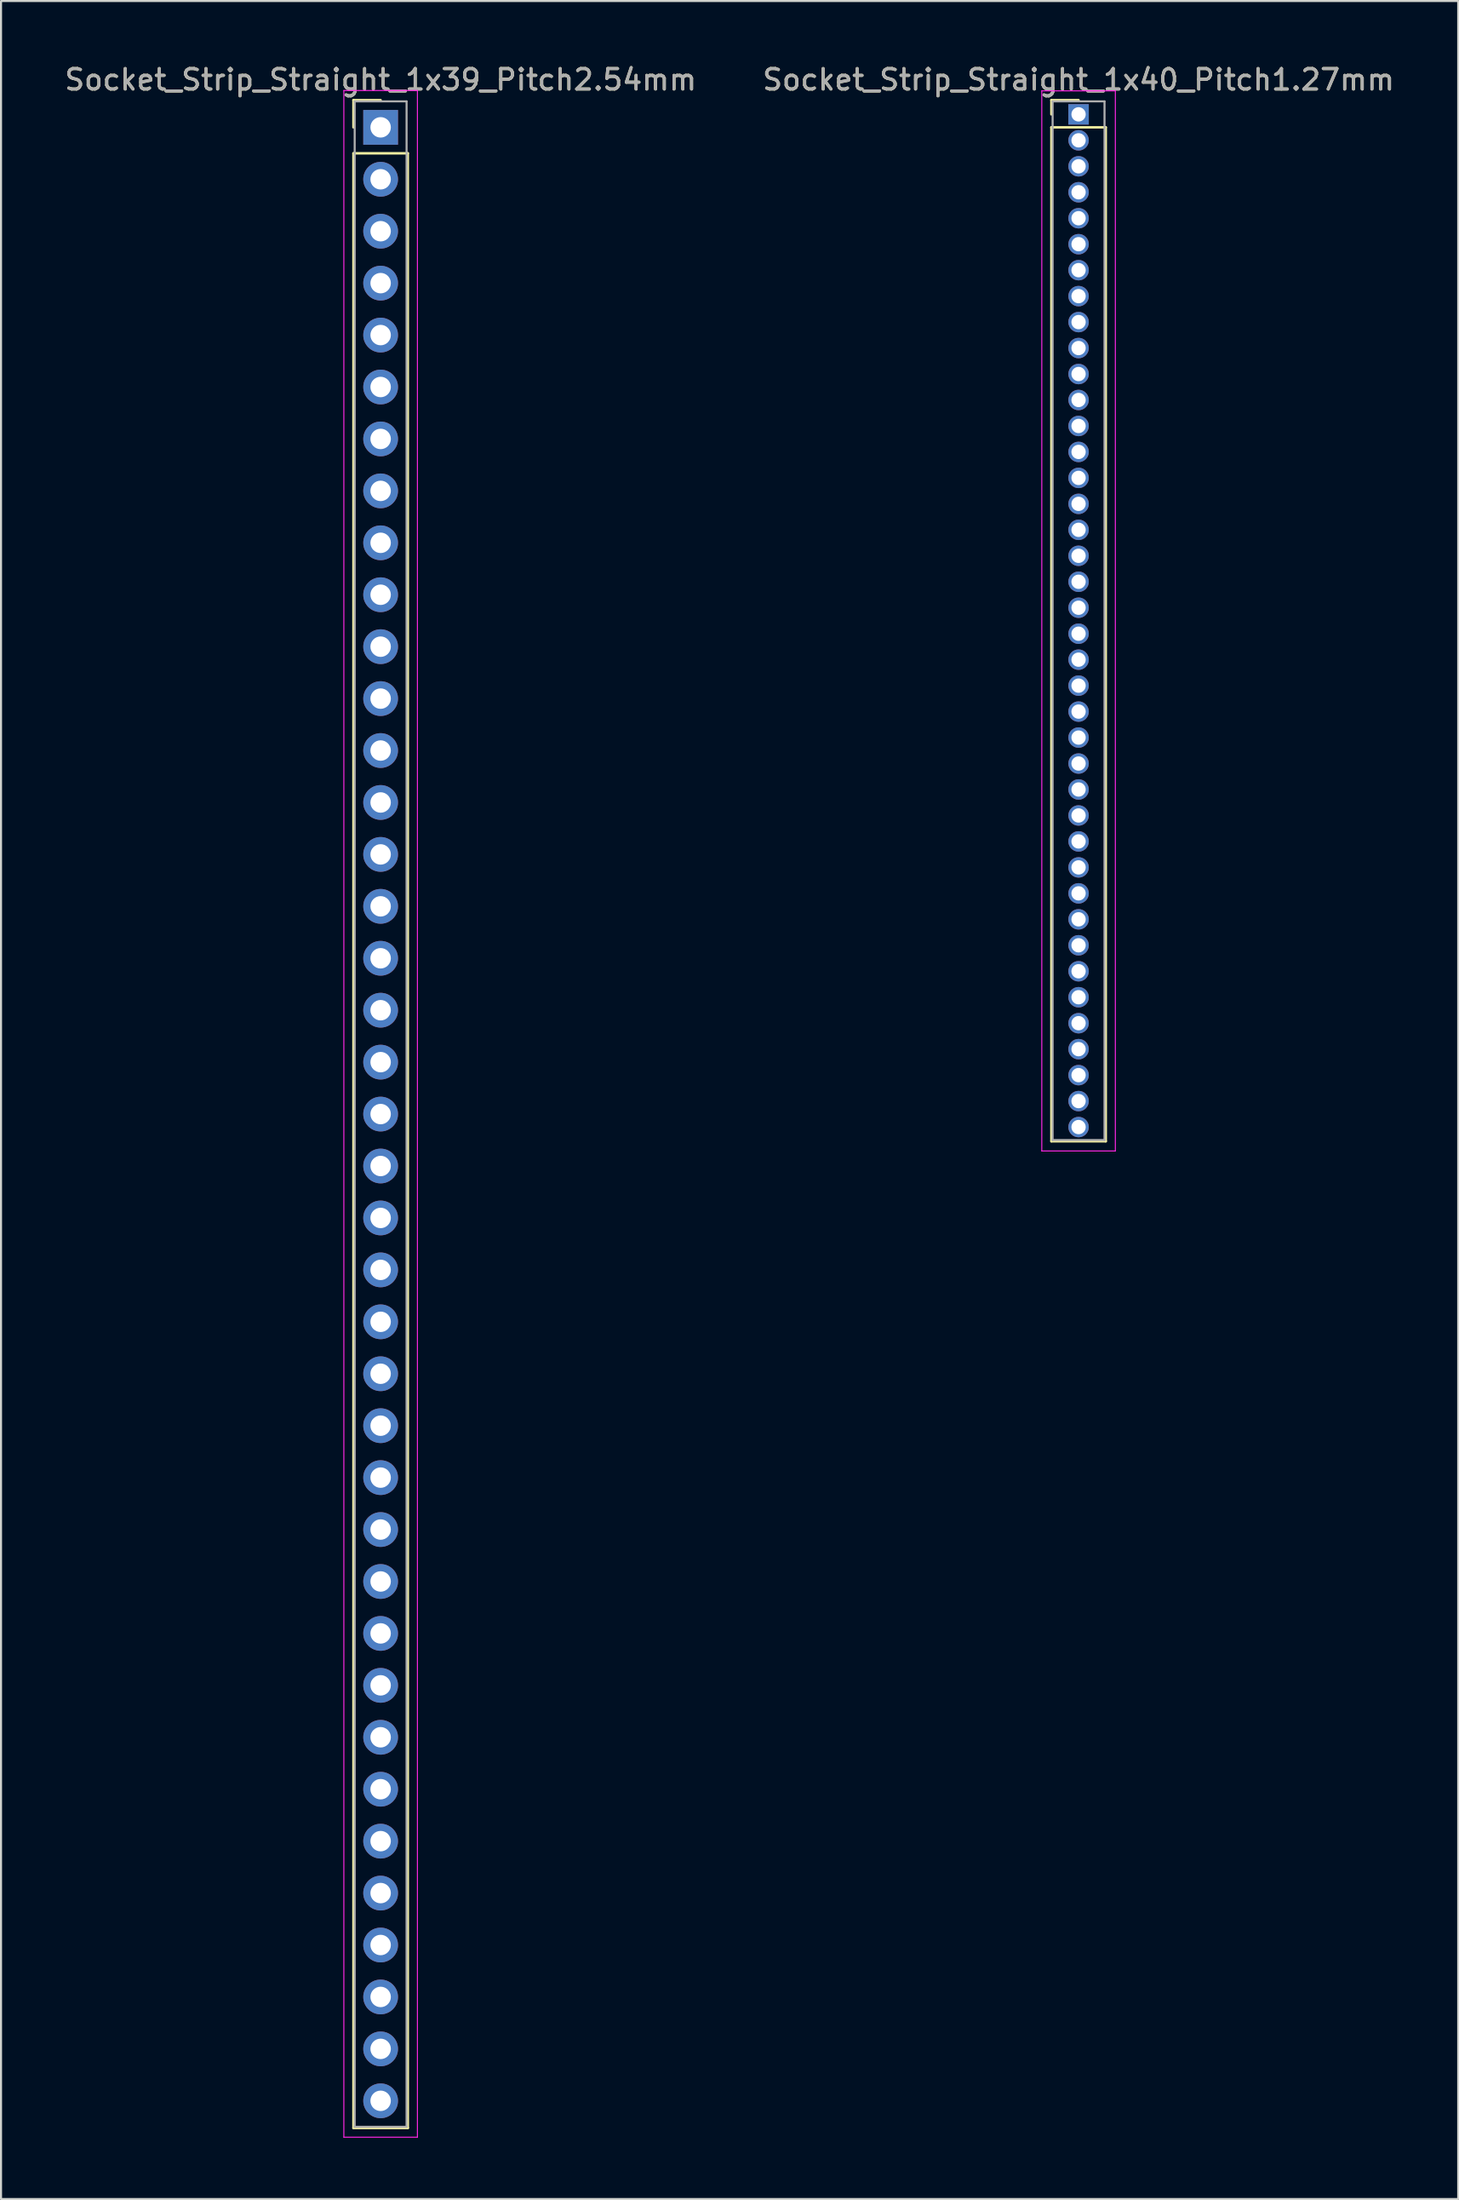
<source format=kicad_pcb>
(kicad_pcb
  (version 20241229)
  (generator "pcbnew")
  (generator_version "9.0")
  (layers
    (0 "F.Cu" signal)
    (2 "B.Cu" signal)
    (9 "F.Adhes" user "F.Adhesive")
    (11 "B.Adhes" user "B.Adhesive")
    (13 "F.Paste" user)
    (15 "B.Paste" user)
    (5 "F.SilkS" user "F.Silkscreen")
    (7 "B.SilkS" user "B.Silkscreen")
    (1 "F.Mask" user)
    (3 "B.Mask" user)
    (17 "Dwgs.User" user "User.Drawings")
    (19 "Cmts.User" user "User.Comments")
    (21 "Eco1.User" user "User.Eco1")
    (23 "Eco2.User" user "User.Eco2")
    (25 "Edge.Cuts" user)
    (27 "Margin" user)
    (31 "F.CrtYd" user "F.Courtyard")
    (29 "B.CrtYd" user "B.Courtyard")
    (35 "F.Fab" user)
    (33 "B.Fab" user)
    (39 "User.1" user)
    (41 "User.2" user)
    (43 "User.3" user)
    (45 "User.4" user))
  (footprint "Socket_Strip_Straight_1x39_Pitch2.54mm"
    (layer "F.Cu")
    (at 15.577 3.178)
    (property "Reference" "Socket_Strip_Straight_1x39_Pitch2.54mm" (at 0 -2.33 0) (layer "F.SilkS") (effects (font (size 1 1) (thickness 0.15))))
    (attr through_hole)
    (fp_line (start -1.33 -1.33) (end 0 -1.33) (stroke (width 0.12) (type solid)) (layer "F.SilkS"))
    (fp_line (start -1.33 0) (end -1.33 -1.33) (stroke (width 0.12) (type solid)) (layer "F.SilkS"))
    (fp_line (start -1.33 1.27) (end -1.33 97.85) (stroke (width 0.12) (type solid)) (layer "F.SilkS"))
    (fp_line (start -1.33 97.85) (end 1.33 97.85) (stroke (width 0.12) (type solid)) (layer "F.SilkS"))
    (fp_line (start 1.33 1.27) (end -1.33 1.27) (stroke (width 0.12) (type solid)) (layer "F.SilkS"))
    (fp_line (start 1.33 97.85) (end 1.33 1.27) (stroke (width 0.12) (type solid)) (layer "F.SilkS"))
    (fp_line (start -1.8 -1.8) (end -1.8 98.3) (stroke (width 0.05) (type solid)) (layer "F.CrtYd"))
    (fp_line (start -1.8 98.3) (end 1.8 98.3) (stroke (width 0.05) (type solid)) (layer "F.CrtYd"))
    (fp_line (start 1.8 -1.8) (end -1.8 -1.8) (stroke (width 0.05) (type solid)) (layer "F.CrtYd"))
    (fp_line (start 1.8 98.3) (end 1.8 -1.8) (stroke (width 0.05) (type solid)) (layer "F.CrtYd"))
    (fp_line (start -1.27 -1.27) (end -1.27 97.79) (stroke (width 0.1) (type solid)) (layer "F.Fab"))
    (fp_line (start -1.27 97.79) (end 1.27 97.79) (stroke (width 0.1) (type solid)) (layer "F.Fab"))
    (fp_line (start 1.27 -1.27) (end -1.27 -1.27) (stroke (width 0.1) (type solid)) (layer "F.Fab"))
    (fp_line (start 1.27 97.79) (end 1.27 -1.27) (stroke (width 0.1) (type solid)) (layer "F.Fab"))
    (fp_text user "${REFERENCE}" (at 0 -2.33 0) (layer "F.Fab") (effects (font (size 1 1) (thickness 0.15))))
    (pad "1" thru_hole rect (at 0 0) (size 1.7 1.7) (drill 1) (layers "*.Cu" "*.Mask"))
    (pad "2" thru_hole oval (at 0 2.54) (size 1.7 1.7) (drill 1) (layers "*.Cu" "*.Mask"))
    (pad "3" thru_hole oval (at 0 5.08) (size 1.7 1.7) (drill 1) (layers "*.Cu" "*.Mask"))
    (pad "4" thru_hole oval (at 0 7.62) (size 1.7 1.7) (drill 1) (layers "*.Cu" "*.Mask"))
    (pad "5" thru_hole oval (at 0 10.16) (size 1.7 1.7) (drill 1) (layers "*.Cu" "*.Mask"))
    (pad "6" thru_hole oval (at 0 12.7) (size 1.7 1.7) (drill 1) (layers "*.Cu" "*.Mask"))
    (pad "7" thru_hole oval (at 0 15.24) (size 1.7 1.7) (drill 1) (layers "*.Cu" "*.Mask"))
    (pad "8" thru_hole oval (at 0 17.78) (size 1.7 1.7) (drill 1) (layers "*.Cu" "*.Mask"))
    (pad "9" thru_hole oval (at 0 20.32) (size 1.7 1.7) (drill 1) (layers "*.Cu" "*.Mask"))
    (pad "10" thru_hole oval (at 0 22.86) (size 1.7 1.7) (drill 1) (layers "*.Cu" "*.Mask"))
    (pad "11" thru_hole oval (at 0 25.4) (size 1.7 1.7) (drill 1) (layers "*.Cu" "*.Mask"))
    (pad "12" thru_hole oval (at 0 27.94) (size 1.7 1.7) (drill 1) (layers "*.Cu" "*.Mask"))
    (pad "13" thru_hole oval (at 0 30.48) (size 1.7 1.7) (drill 1) (layers "*.Cu" "*.Mask"))
    (pad "14" thru_hole oval (at 0 33.02) (size 1.7 1.7) (drill 1) (layers "*.Cu" "*.Mask"))
    (pad "15" thru_hole oval (at 0 35.56) (size 1.7 1.7) (drill 1) (layers "*.Cu" "*.Mask"))
    (pad "16" thru_hole oval (at 0 38.1) (size 1.7 1.7) (drill 1) (layers "*.Cu" "*.Mask"))
    (pad "17" thru_hole oval (at 0 40.64) (size 1.7 1.7) (drill 1) (layers "*.Cu" "*.Mask"))
    (pad "18" thru_hole oval (at 0 43.18) (size 1.7 1.7) (drill 1) (layers "*.Cu" "*.Mask"))
    (pad "19" thru_hole oval (at 0 45.72) (size 1.7 1.7) (drill 1) (layers "*.Cu" "*.Mask"))
    (pad "20" thru_hole oval (at 0 48.26) (size 1.7 1.7) (drill 1) (layers "*.Cu" "*.Mask"))
    (pad "21" thru_hole oval (at 0 50.8) (size 1.7 1.7) (drill 1) (layers "*.Cu" "*.Mask"))
    (pad "22" thru_hole oval (at 0 53.34) (size 1.7 1.7) (drill 1) (layers "*.Cu" "*.Mask"))
    (pad "23" thru_hole oval (at 0 55.88) (size 1.7 1.7) (drill 1) (layers "*.Cu" "*.Mask"))
    (pad "24" thru_hole oval (at 0 58.42) (size 1.7 1.7) (drill 1) (layers "*.Cu" "*.Mask"))
    (pad "25" thru_hole oval (at 0 60.96) (size 1.7 1.7) (drill 1) (layers "*.Cu" "*.Mask"))
    (pad "26" thru_hole oval (at 0 63.5) (size 1.7 1.7) (drill 1) (layers "*.Cu" "*.Mask"))
    (pad "27" thru_hole oval (at 0 66.04) (size 1.7 1.7) (drill 1) (layers "*.Cu" "*.Mask"))
    (pad "28" thru_hole oval (at 0 68.58) (size 1.7 1.7) (drill 1) (layers "*.Cu" "*.Mask"))
    (pad "29" thru_hole oval (at 0 71.12) (size 1.7 1.7) (drill 1) (layers "*.Cu" "*.Mask"))
    (pad "30" thru_hole oval (at 0 73.66) (size 1.7 1.7) (drill 1) (layers "*.Cu" "*.Mask"))
    (pad "31" thru_hole oval (at 0 76.2) (size 1.7 1.7) (drill 1) (layers "*.Cu" "*.Mask"))
    (pad "32" thru_hole oval (at 0 78.74) (size 1.7 1.7) (drill 1) (layers "*.Cu" "*.Mask"))
    (pad "33" thru_hole oval (at 0 81.28) (size 1.7 1.7) (drill 1) (layers "*.Cu" "*.Mask"))
    (pad "34" thru_hole oval (at 0 83.82) (size 1.7 1.7) (drill 1) (layers "*.Cu" "*.Mask"))
    (pad "35" thru_hole oval (at 0 86.36) (size 1.7 1.7) (drill 1) (layers "*.Cu" "*.Mask"))
    (pad "36" thru_hole oval (at 0 88.9) (size 1.7 1.7) (drill 1) (layers "*.Cu" "*.Mask"))
    (pad "37" thru_hole oval (at 0 91.44) (size 1.7 1.7) (drill 1) (layers "*.Cu" "*.Mask"))
    (pad "38" thru_hole oval (at 0 93.98) (size 1.7 1.7) (drill 1) (layers "*.Cu" "*.Mask"))
    (pad "39" thru_hole oval (at 0 96.52) (size 1.7 1.7) (drill 1) (layers "*.Cu" "*.Mask")))
  (footprint "Socket_Strip_Straight_1x40_Pitch1.27mm"
    (layer "F.Cu")
    (at 49.732 2.543)
    (property "Reference" "Socket_Strip_Straight_1x40_Pitch1.27mm" (at 0 -1.695 0) (layer "F.SilkS") (effects (font (size 1 1) (thickness 0.15))))
    (attr through_hole)
    (fp_line (start -1.33 -0.695) (end 0 -0.695) (stroke (width 0.12) (type solid)) (layer "F.SilkS"))
    (fp_line (start -1.33 0) (end -1.33 -0.695) (stroke (width 0.12) (type solid)) (layer "F.SilkS"))
    (fp_line (start -1.33 0.635) (end -1.33 50.225) (stroke (width 0.12) (type solid)) (layer "F.SilkS"))
    (fp_line (start -1.33 50.225) (end 1.33 50.225) (stroke (width 0.12) (type solid)) (layer "F.SilkS"))
    (fp_line (start 1.33 0.635) (end -1.33 0.635) (stroke (width 0.12) (type solid)) (layer "F.SilkS"))
    (fp_line (start 1.33 50.225) (end 1.33 0.635) (stroke (width 0.12) (type solid)) (layer "F.SilkS"))
    (fp_line (start -1.8 -1.15) (end -1.8 50.7) (stroke (width 0.05) (type solid)) (layer "F.CrtYd"))
    (fp_line (start -1.8 50.7) (end 1.8 50.7) (stroke (width 0.05) (type solid)) (layer "F.CrtYd"))
    (fp_line (start 1.8 -1.15) (end -1.8 -1.15) (stroke (width 0.05) (type solid)) (layer "F.CrtYd"))
    (fp_line (start 1.8 50.7) (end 1.8 -1.15) (stroke (width 0.05) (type solid)) (layer "F.CrtYd"))
    (fp_line (start -1.27 -0.635) (end -1.27 50.165) (stroke (width 0.1) (type solid)) (layer "F.Fab"))
    (fp_line (start -1.27 50.165) (end 1.27 50.165) (stroke (width 0.1) (type solid)) (layer "F.Fab"))
    (fp_line (start 1.27 -0.635) (end -1.27 -0.635) (stroke (width 0.1) (type solid)) (layer "F.Fab"))
    (fp_line (start 1.27 50.165) (end 1.27 -0.635) (stroke (width 0.1) (type solid)) (layer "F.Fab"))
    (fp_text user "${REFERENCE}" (at 0 -1.695 0) (layer "F.Fab") (effects (font (size 1 1) (thickness 0.15))))
    (pad "1" thru_hole rect (at 0 0) (size 1 1) (drill 0.7) (layers "*.Cu" "*.Mask"))
    (pad "2" thru_hole oval (at 0 1.27) (size 1 1) (drill 0.7) (layers "*.Cu" "*.Mask"))
    (pad "3" thru_hole oval (at 0 2.54) (size 1 1) (drill 0.7) (layers "*.Cu" "*.Mask"))
    (pad "4" thru_hole oval (at 0 3.81) (size 1 1) (drill 0.7) (layers "*.Cu" "*.Mask"))
    (pad "5" thru_hole oval (at 0 5.08) (size 1 1) (drill 0.7) (layers "*.Cu" "*.Mask"))
    (pad "6" thru_hole oval (at 0 6.35) (size 1 1) (drill 0.7) (layers "*.Cu" "*.Mask"))
    (pad "7" thru_hole oval (at 0 7.62) (size 1 1) (drill 0.7) (layers "*.Cu" "*.Mask"))
    (pad "8" thru_hole oval (at 0 8.89) (size 1 1) (drill 0.7) (layers "*.Cu" "*.Mask"))
    (pad "9" thru_hole oval (at 0 10.16) (size 1 1) (drill 0.7) (layers "*.Cu" "*.Mask"))
    (pad "10" thru_hole oval (at 0 11.43) (size 1 1) (drill 0.7) (layers "*.Cu" "*.Mask"))
    (pad "11" thru_hole oval (at 0 12.7) (size 1 1) (drill 0.7) (layers "*.Cu" "*.Mask"))
    (pad "12" thru_hole oval (at 0 13.97) (size 1 1) (drill 0.7) (layers "*.Cu" "*.Mask"))
    (pad "13" thru_hole oval (at 0 15.24) (size 1 1) (drill 0.7) (layers "*.Cu" "*.Mask"))
    (pad "14" thru_hole oval (at 0 16.51) (size 1 1) (drill 0.7) (layers "*.Cu" "*.Mask"))
    (pad "15" thru_hole oval (at 0 17.78) (size 1 1) (drill 0.7) (layers "*.Cu" "*.Mask"))
    (pad "16" thru_hole oval (at 0 19.05) (size 1 1) (drill 0.7) (layers "*.Cu" "*.Mask"))
    (pad "17" thru_hole oval (at 0 20.32) (size 1 1) (drill 0.7) (layers "*.Cu" "*.Mask"))
    (pad "18" thru_hole oval (at 0 21.59) (size 1 1) (drill 0.7) (layers "*.Cu" "*.Mask"))
    (pad "19" thru_hole oval (at 0 22.86) (size 1 1) (drill 0.7) (layers "*.Cu" "*.Mask"))
    (pad "20" thru_hole oval (at 0 24.13) (size 1 1) (drill 0.7) (layers "*.Cu" "*.Mask"))
    (pad "21" thru_hole oval (at 0 25.4) (size 1 1) (drill 0.7) (layers "*.Cu" "*.Mask"))
    (pad "22" thru_hole oval (at 0 26.67) (size 1 1) (drill 0.7) (layers "*.Cu" "*.Mask"))
    (pad "23" thru_hole oval (at 0 27.94) (size 1 1) (drill 0.7) (layers "*.Cu" "*.Mask"))
    (pad "24" thru_hole oval (at 0 29.21) (size 1 1) (drill 0.7) (layers "*.Cu" "*.Mask"))
    (pad "25" thru_hole oval (at 0 30.48) (size 1 1) (drill 0.7) (layers "*.Cu" "*.Mask"))
    (pad "26" thru_hole oval (at 0 31.75) (size 1 1) (drill 0.7) (layers "*.Cu" "*.Mask"))
    (pad "27" thru_hole oval (at 0 33.02) (size 1 1) (drill 0.7) (layers "*.Cu" "*.Mask"))
    (pad "28" thru_hole oval (at 0 34.29) (size 1 1) (drill 0.7) (layers "*.Cu" "*.Mask"))
    (pad "29" thru_hole oval (at 0 35.56) (size 1 1) (drill 0.7) (layers "*.Cu" "*.Mask"))
    (pad "30" thru_hole oval (at 0 36.83) (size 1 1) (drill 0.7) (layers "*.Cu" "*.Mask"))
    (pad "31" thru_hole oval (at 0 38.1) (size 1 1) (drill 0.7) (layers "*.Cu" "*.Mask"))
    (pad "32" thru_hole oval (at 0 39.37) (size 1 1) (drill 0.7) (layers "*.Cu" "*.Mask"))
    (pad "33" thru_hole oval (at 0 40.64) (size 1 1) (drill 0.7) (layers "*.Cu" "*.Mask"))
    (pad "34" thru_hole oval (at 0 41.91) (size 1 1) (drill 0.7) (layers "*.Cu" "*.Mask"))
    (pad "35" thru_hole oval (at 0 43.18) (size 1 1) (drill 0.7) (layers "*.Cu" "*.Mask"))
    (pad "36" thru_hole oval (at 0 44.45) (size 1 1) (drill 0.7) (layers "*.Cu" "*.Mask"))
    (pad "37" thru_hole oval (at 0 45.72) (size 1 1) (drill 0.7) (layers "*.Cu" "*.Mask"))
    (pad "38" thru_hole oval (at 0 46.99) (size 1 1) (drill 0.7) (layers "*.Cu" "*.Mask"))
    (pad "39" thru_hole oval (at 0 48.26) (size 1 1) (drill 0.7) (layers "*.Cu" "*.Mask"))
    (pad "40" thru_hole oval (at 0 49.53) (size 1 1) (drill 0.7) (layers "*.Cu" "*.Mask")))
  (gr_rect
    (start -3 -3)
    (end 68.31 104.503)
    (stroke (width 0.1) (type default))
    (fill no)
    (layer "Edge.Cuts")))
</source>
